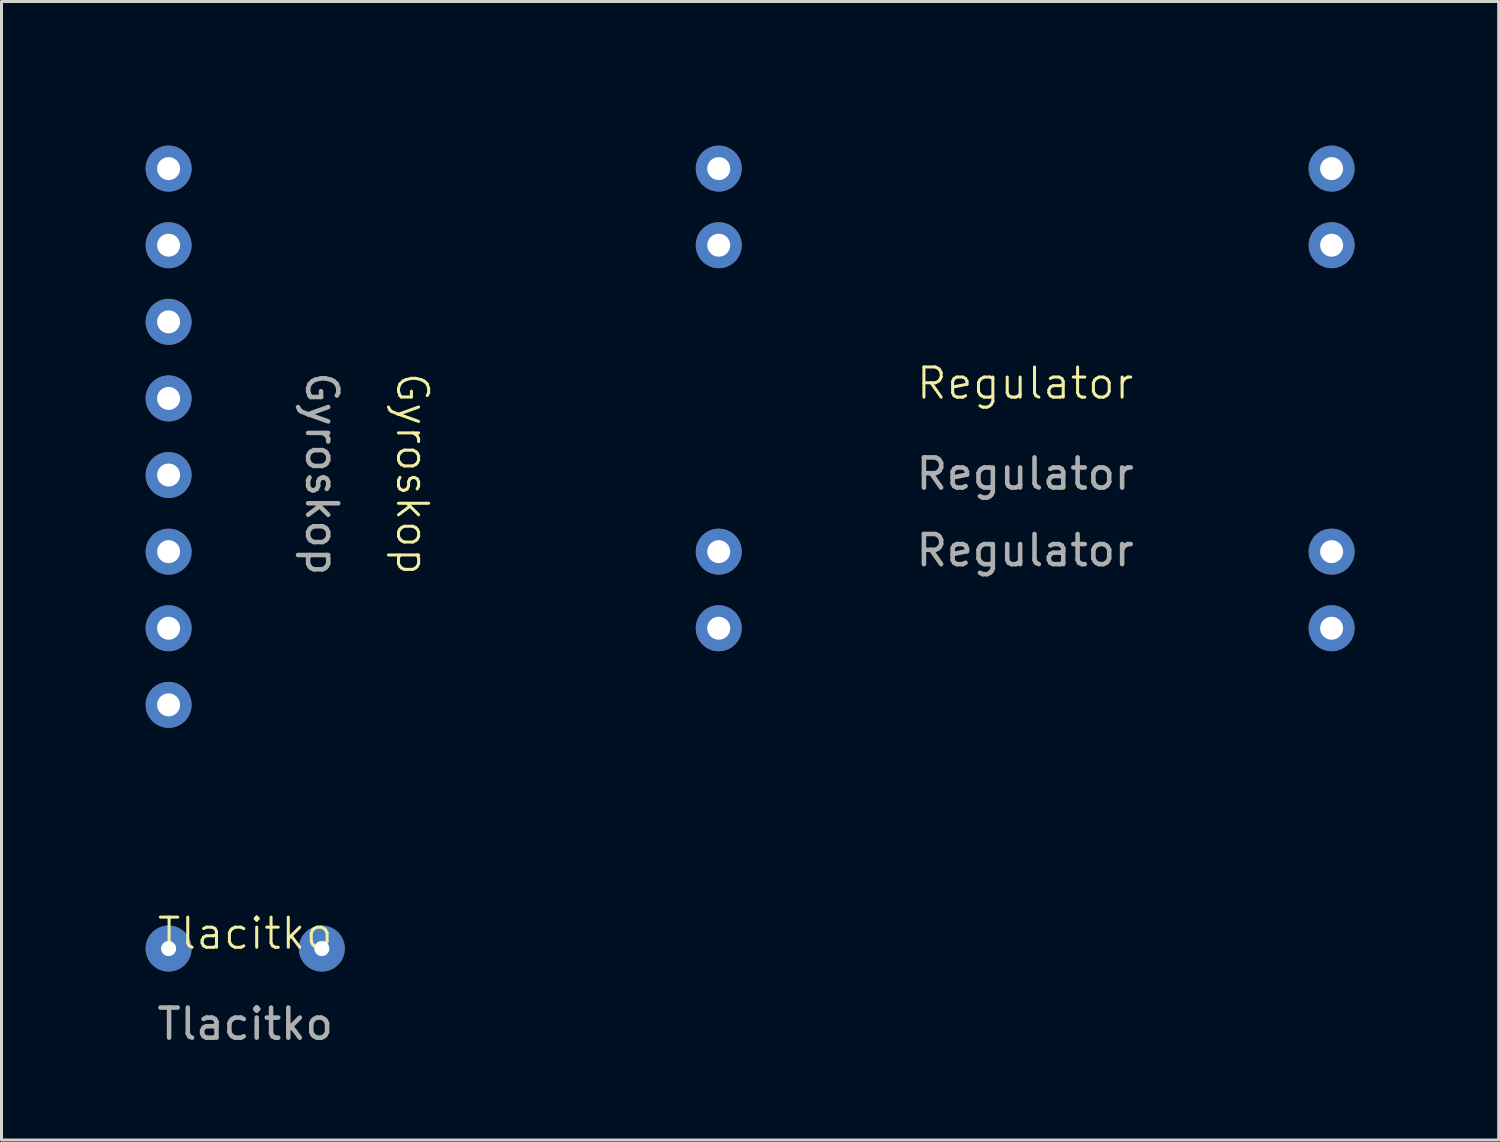
<source format=kicad_pcb>
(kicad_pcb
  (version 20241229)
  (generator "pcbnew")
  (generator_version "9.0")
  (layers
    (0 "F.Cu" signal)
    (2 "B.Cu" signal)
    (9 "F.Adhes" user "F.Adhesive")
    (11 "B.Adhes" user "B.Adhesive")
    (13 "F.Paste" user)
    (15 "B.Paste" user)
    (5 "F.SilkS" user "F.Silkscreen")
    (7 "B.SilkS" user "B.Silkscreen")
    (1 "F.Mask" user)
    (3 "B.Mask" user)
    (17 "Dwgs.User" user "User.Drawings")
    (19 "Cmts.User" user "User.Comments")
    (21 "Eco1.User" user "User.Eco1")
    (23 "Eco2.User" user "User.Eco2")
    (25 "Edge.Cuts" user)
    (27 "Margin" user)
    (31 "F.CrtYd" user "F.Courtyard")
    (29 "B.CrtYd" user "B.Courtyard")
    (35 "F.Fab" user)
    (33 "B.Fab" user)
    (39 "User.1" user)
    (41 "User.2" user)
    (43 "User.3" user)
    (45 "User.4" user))
  (footprint "Gyroskop"
    (layer "F.Cu")
    (at 7.62 10.16)
    (property "Reference" "Gyroskop" (at 3 2.5 270) (unlocked yes) (layer "F.SilkS") (effects (font (size 1 1) (thickness 0.1))))
    (attr through_hole)
    (fp_text user "${REFERENCE}" (at 0 2.5 270) (unlocked yes) (layer "F.Fab") (effects (font (size 1 1) (thickness 0.15))))
    (pad "1" thru_hole circle (at -5.08 -7.62 270) (size 1.524 1.524) (drill 0.762) (layers "*.Cu" "*.Mask"))
    (pad "2" thru_hole circle (at -5.08 -5.08 270) (size 1.524 1.524) (drill 0.762) (layers "*.Cu" "*.Mask"))
    (pad "3" thru_hole circle (at -5.08 -2.54 270) (size 1.524 1.524) (drill 0.762) (layers "*.Cu" "*.Mask"))
    (pad "4" thru_hole circle (at -5.08 0 270) (size 1.524 1.524) (drill 0.762) (layers "*.Cu" "*.Mask"))
    (pad "5" thru_hole circle (at -5.08 2.54 270) (size 1.524 1.524) (drill 0.762) (layers "*.Cu" "*.Mask"))
    (pad "6" thru_hole circle (at -5.08 5.08 270) (size 1.524 1.524) (drill 0.762) (layers "*.Cu" "*.Mask"))
    (pad "7" thru_hole circle (at -5.08 7.62 270) (size 1.524 1.524) (drill 0.762) (layers "*.Cu" "*.Mask"))
    (pad "8" thru_hole circle (at -5.08 10.16 270) (size 1.524 1.524) (drill 0.762) (layers "*.Cu" "*.Mask"))
    (zone (net_name "") (layer "F.SilkS") (hatch edge 0.5) (connect_pads) (min_thickness 0.25) (filled_areas_thickness no) (keepout (tracks not_allowed) (vias not_allowed) (pads not_allowed) (copperpour allowed) (footprints allowed)) (placement (enabled no)) (fill) (polygon (pts (xy 0 22.86) (xy 0 0) (xy 15.24 0) (xy 15.24 22.86)))))
  (footprint "Regulator"
    (layer "F.Cu")
    (at 30.94 10.16)
    (property "Reference" "Regulator" (at 0 -0.5 0) (unlocked yes) (layer "F.SilkS") (effects (font (size 1 1) (thickness 0.1))))
    (attr through_hole)
    (fp_text user "${REFERENCE}" (at 0 2.5 0) (unlocked yes) (layer "F.Fab") (effects (font (size 1 1) (thickness 0.15))))
    (fp_text user "${REFERENCE}" (at 0 5.04 0) (unlocked yes) (layer "F.Fab") (effects (font (size 1 1) (thickness 0.15))))
    (pad "1" thru_hole circle (at -10.16 -7.62) (size 1.524 1.524) (drill 0.762) (layers "*.Cu" "*.Mask"))
    (pad "2" thru_hole circle (at -10.16 -5.08) (size 1.524 1.524) (drill 0.762) (layers "*.Cu" "*.Mask"))
    (pad "3" thru_hole circle (at -10.16 5.08) (size 1.524 1.524) (drill 0.762) (layers "*.Cu" "*.Mask"))
    (pad "4" thru_hole circle (at -10.16 7.62) (size 1.524 1.524) (drill 0.762) (layers "*.Cu" "*.Mask"))
    (pad "5" thru_hole circle (at 10.16 -7.62) (size 1.524 1.524) (drill 0.762) (layers "*.Cu" "*.Mask"))
    (pad "6" thru_hole circle (at 10.16 -5.08) (size 1.524 1.524) (drill 0.762) (layers "*.Cu" "*.Mask"))
    (pad "7" thru_hole circle (at 10.16 5.08) (size 1.524 1.524) (drill 0.762) (layers "*.Cu" "*.Mask"))
    (pad "8" thru_hole circle (at 10.16 7.62) (size 1.524 1.524) (drill 0.762) (layers "*.Cu" "*.Mask"))
    (zone (net_name "") (layer "F.SilkS") (hatch edge 0.5) (connect_pads) (min_thickness 0.25) (filled_areas_thickness no) (keepout (tracks not_allowed) (vias not_allowed) (pads not_allowed) (copperpour allowed) (footprints allowed)) (placement (enabled no)) (fill) (polygon (pts (xy 18.24 0) (xy 18.24 20.32) (xy 43.64 20.32) (xy 43.64 0)))))
  (footprint "Tlacitko"
    (layer "F.Cu")
    (at 5.08 28.4)
    (property "Reference" "Tlacitko" (at 0 -0.5 0) (unlocked yes) (layer "F.SilkS") (effects (font (size 1 1) (thickness 0.1))))
    (attr through_hole)
    (fp_text user "${REFERENCE}" (at 0 2.5 0) (unlocked yes) (layer "F.Fab") (effects (font (size 1 1) (thickness 0.15))))
    (pad "1" thru_hole circle (at -2.54 0) (size 1.524 1.524) (drill 0.5) (layers "*.Cu" "*.Mask"))
    (pad "2" thru_hole circle (at 2.54 0) (size 1.524 1.524) (drill 0.5) (layers "*.Cu" "*.Mask"))
    (zone (net_name "") (layer "F.SilkS") (hatch edge 0.5) (connect_pads) (min_thickness 0.25) (filled_areas_thickness no) (keepout (tracks not_allowed) (vias not_allowed) (pads not_allowed) (copperpour allowed) (footprints allowed)) (placement (enabled no)) (fill) (polygon (pts (xy 0 25.86) (xy 0 30.94) (xy 10.16 30.94) (xy 10.16 25.86)))))
  (gr_rect
    (start -3 -3)
    (end 46.64 34.748)
    (stroke (width 0.1) (type default))
    (fill no)
    (layer "Edge.Cuts")))
</source>
